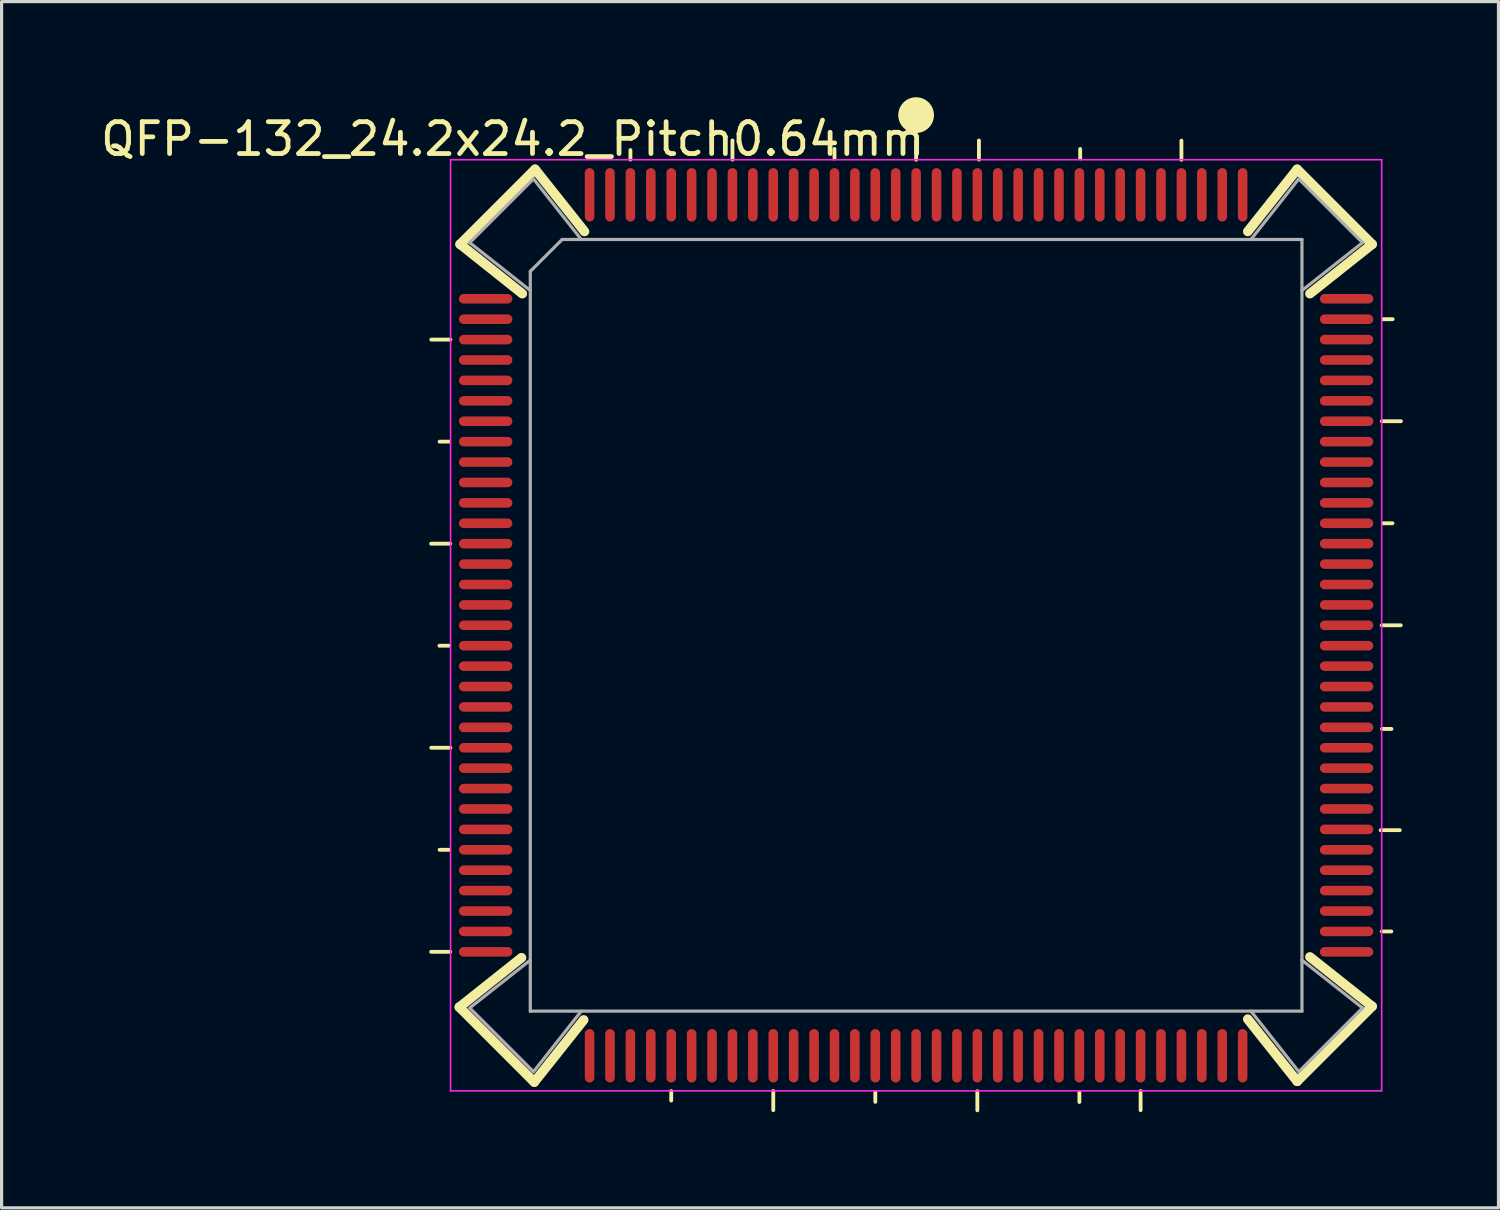
<source format=kicad_pcb>
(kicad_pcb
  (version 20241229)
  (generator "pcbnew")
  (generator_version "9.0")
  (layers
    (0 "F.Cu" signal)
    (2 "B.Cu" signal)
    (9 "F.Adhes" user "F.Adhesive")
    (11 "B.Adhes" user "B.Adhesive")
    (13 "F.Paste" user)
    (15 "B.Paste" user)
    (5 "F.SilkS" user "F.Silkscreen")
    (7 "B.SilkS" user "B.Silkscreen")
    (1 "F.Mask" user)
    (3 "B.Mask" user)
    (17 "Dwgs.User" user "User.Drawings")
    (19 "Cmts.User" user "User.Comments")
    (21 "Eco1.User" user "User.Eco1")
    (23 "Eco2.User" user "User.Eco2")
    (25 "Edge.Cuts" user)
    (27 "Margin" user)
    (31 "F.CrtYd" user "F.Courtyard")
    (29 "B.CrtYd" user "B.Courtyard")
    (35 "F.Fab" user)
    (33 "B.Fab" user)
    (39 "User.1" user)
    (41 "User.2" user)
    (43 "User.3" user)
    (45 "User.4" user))
  (footprint "QFP-132_24.2x24.2_Pitch0.64mm"
    (layer "F.Cu")
    (at 25.68 16.56)
    (property "Reference" "QFP-132_24.2x24.2_Pitch0.64mm" (at -12.65 -15.25 0) (layer "F.SilkS") (effects (font (size 1 1) (thickness 0.15))))
    (attr smd)
    (fp_line (start -14.65 0.64) (end -14.95 0.64) (stroke (width 0.12) (type solid)) (layer "F.SilkS"))
    (fp_line (start -14.645 -5.76) (end -14.945 -5.76) (stroke (width 0.12) (type solid)) (layer "F.SilkS"))
    (fp_line (start -14.645 7.04) (end -14.945 7.04) (stroke (width 0.12) (type solid)) (layer "F.SilkS"))
    (fp_line (start -14.61 -2.56) (end -15.21 -2.56) (stroke (width 0.12) (type solid)) (layer "F.SilkS"))
    (fp_line (start -14.61 10.24) (end -15.21 10.24) (stroke (width 0.12) (type solid)) (layer "F.SilkS"))
    (fp_line (start -14.605 -8.96) (end -15.205 -8.96) (stroke (width 0.12) (type solid)) (layer "F.SilkS"))
    (fp_line (start -14.605 3.84) (end -15.205 3.84) (stroke (width 0.12) (type solid)) (layer "F.SilkS"))
    (fp_line (start -14.3 -11.95) (end -11.95 -14.3) (stroke (width 0.3) (type solid)) (layer "F.SilkS"))
    (fp_line (start -12.375 10.425) (end -14.325 11.975) (stroke (width 0.3) (type solid)) (layer "F.SilkS"))
    (fp_line (start -12.35 -10.4) (end -14.3 -11.95) (stroke (width 0.3) (type solid)) (layer "F.SilkS"))
    (fp_line (start -11.975 14.325) (end -14.325 11.975) (stroke (width 0.3) (type solid)) (layer "F.SilkS"))
    (fp_line (start -10.425 12.375) (end -11.975 14.325) (stroke (width 0.3) (type solid)) (layer "F.SilkS"))
    (fp_line (start -10.4 -12.35) (end -11.95 -14.3) (stroke (width 0.3) (type solid)) (layer "F.SilkS"))
    (fp_line (start -8.96 -14.605) (end -8.96 -14.905) (stroke (width 0.12) (type solid)) (layer "F.SilkS"))
    (fp_line (start -7.68 14.605) (end -7.68 14.905) (stroke (width 0.12) (type solid)) (layer "F.SilkS"))
    (fp_line (start -5.76 -14.605) (end -5.76 -15.205) (stroke (width 0.12) (type solid)) (layer "F.SilkS"))
    (fp_line (start -4.48 14.605) (end -4.48 15.205) (stroke (width 0.12) (type solid)) (layer "F.SilkS"))
    (fp_line (start -2.56 -14.64) (end -2.56 -14.94) (stroke (width 0.12) (type solid)) (layer "F.SilkS"))
    (fp_line (start -1.28 14.645) (end -1.28 14.945) (stroke (width 0.12) (type solid)) (layer "F.SilkS"))
    (fp_line (start 0 -14.6) (end 0 -15.2) (stroke (width 0.12) (type solid)) (layer "F.SilkS"))
    (fp_line (start 1.92 14.61) (end 1.92 15.21) (stroke (width 0.12) (type solid)) (layer "F.SilkS"))
    (fp_line (start 1.97 -14.604) (end 1.97 -15.204) (stroke (width 0.12) (type solid)) (layer "F.SilkS"))
    (fp_line (start 5.12 14.65) (end 5.12 14.95) (stroke (width 0.12) (type solid)) (layer "F.SilkS"))
    (fp_line (start 5.145 -14.639) (end 5.145 -14.939) (stroke (width 0.12) (type solid)) (layer "F.SilkS"))
    (fp_line (start 7.04 14.605) (end 7.04 15.205) (stroke (width 0.12) (type solid)) (layer "F.SilkS"))
    (fp_line (start 8.32 -14.599) (end 8.32 -15.199) (stroke (width 0.12) (type solid)) (layer "F.SilkS"))
    (fp_line (start 10.4 -12.35) (end 11.95 -14.3) (stroke (width 0.3) (type solid)) (layer "F.SilkS"))
    (fp_line (start 10.4 12.35) (end 11.95 14.3) (stroke (width 0.3) (type solid)) (layer "F.SilkS"))
    (fp_line (start 11.95 -14.3) (end 14.3 -11.95) (stroke (width 0.3) (type solid)) (layer "F.SilkS"))
    (fp_line (start 12.35 -10.4) (end 14.3 -11.95) (stroke (width 0.3) (type solid)) (layer "F.SilkS"))
    (fp_line (start 12.35 10.4) (end 14.3 11.95) (stroke (width 0.3) (type solid)) (layer "F.SilkS"))
    (fp_line (start 14.3 11.95) (end 11.95 14.3) (stroke (width 0.3) (type solid)) (layer "F.SilkS"))
    (fp_line (start 14.568 6.425) (end 15.168 6.425) (stroke (width 0.12) (type solid)) (layer "F.SilkS"))
    (fp_line (start 14.599 0) (end 15.199 0) (stroke (width 0.12) (type solid)) (layer "F.SilkS"))
    (fp_line (start 14.603 9.6) (end 14.903 9.6) (stroke (width 0.12) (type solid)) (layer "F.SilkS"))
    (fp_line (start 14.604 -6.4) (end 15.204 -6.4) (stroke (width 0.12) (type solid)) (layer "F.SilkS"))
    (fp_line (start 14.608 3.25) (end 14.908 3.25) (stroke (width 0.12) (type solid)) (layer "F.SilkS"))
    (fp_line (start 14.639 -3.2) (end 14.939 -3.2) (stroke (width 0.12) (type solid)) (layer "F.SilkS"))
    (fp_line (start 14.644 -9.6) (end 14.944 -9.6) (stroke (width 0.12) (type solid)) (layer "F.SilkS"))
    (fp_circle (center 0 -16) (end 0.5 -16) (stroke (width 0.12) (type solid)) (fill yes) (layer "F.SilkS"))
    (fp_line (start -14.6 -14.6) (end 14.6 -14.6) (stroke (width 0.05) (type solid)) (layer "F.CrtYd"))
    (fp_line (start -14.6 14.6) (end -14.6 -14.6) (stroke (width 0.05) (type solid)) (layer "F.CrtYd"))
    (fp_line (start 14.6 -14.6) (end 14.6 14.6) (stroke (width 0.05) (type solid)) (layer "F.CrtYd"))
    (fp_line (start 14.6 14.6) (end -14.6 14.6) (stroke (width 0.05) (type solid)) (layer "F.CrtYd"))
    (fp_line (start -14 -12) (end -12.1 -10.5) (stroke (width 0.1) (type solid)) (layer "F.Fab"))
    (fp_line (start -14 -12) (end -12 -14) (stroke (width 0.1) (type solid)) (layer "F.Fab"))
    (fp_line (start -14 12) (end -12.1 10.5) (stroke (width 0.1) (type solid)) (layer "F.Fab"))
    (fp_line (start -12.1 -11.1) (end -12.1 12.1) (stroke (width 0.1) (type solid)) (layer "F.Fab"))
    (fp_line (start -12.1 12.1) (end 12.1 12.1) (stroke (width 0.1) (type solid)) (layer "F.Fab"))
    (fp_line (start -12 -14) (end -10.5 -12.1) (stroke (width 0.1) (type solid)) (layer "F.Fab"))
    (fp_line (start -12 14) (end -14 12) (stroke (width 0.1) (type solid)) (layer "F.Fab"))
    (fp_line (start -12 14) (end -10.5 12.1) (stroke (width 0.1) (type solid)) (layer "F.Fab"))
    (fp_line (start -11.1 -12.1) (end -12.1 -11.1) (stroke (width 0.1) (type solid)) (layer "F.Fab"))
    (fp_line (start 12 -14) (end 10.5 -12.1) (stroke (width 0.1) (type solid)) (layer "F.Fab"))
    (fp_line (start 12 -14) (end 14 -12) (stroke (width 0.1) (type solid)) (layer "F.Fab"))
    (fp_line (start 12 14) (end 10.5 12.1) (stroke (width 0.1) (type solid)) (layer "F.Fab"))
    (fp_line (start 12.1 -12.1) (end -11.1 -12.1) (stroke (width 0.1) (type solid)) (layer "F.Fab"))
    (fp_line (start 12.1 12.1) (end 12.1 -12.1) (stroke (width 0.1) (type solid)) (layer "F.Fab"))
    (fp_line (start 14 -12) (end 12.1 -10.5) (stroke (width 0.1) (type solid)) (layer "F.Fab"))
    (fp_line (start 14 12) (end 12 14) (stroke (width 0.1) (type solid)) (layer "F.Fab"))
    (fp_line (start 14 12) (end 12.1 10.5) (stroke (width 0.1) (type solid)) (layer "F.Fab"))
    (pad "1" smd oval (at 0 -13.5) (size 0.3 1.675) (layers "F.Cu" "F.Mask" "F.Paste"))
    (pad "2" smd oval (at -0.64 -13.5) (size 0.3 1.675) (layers "F.Cu" "F.Mask" "F.Paste"))
    (pad "3" smd oval (at -1.28 -13.5) (size 0.3 1.675) (layers "F.Cu" "F.Mask" "F.Paste"))
    (pad "4" smd oval (at -1.92 -13.5) (size 0.3 1.675) (layers "F.Cu" "F.Mask" "F.Paste"))
    (pad "5" smd oval (at -2.56 -13.5) (size 0.3 1.675) (layers "F.Cu" "F.Mask" "F.Paste"))
    (pad "6" smd oval (at -3.2 -13.5) (size 0.3 1.675) (layers "F.Cu" "F.Mask" "F.Paste"))
    (pad "7" smd oval (at -3.84 -13.5) (size 0.3 1.675) (layers "F.Cu" "F.Mask" "F.Paste"))
    (pad "8" smd oval (at -4.48 -13.5) (size 0.3 1.675) (layers "F.Cu" "F.Mask" "F.Paste"))
    (pad "9" smd oval (at -5.12 -13.5) (size 0.3 1.675) (layers "F.Cu" "F.Mask" "F.Paste"))
    (pad "10" smd oval (at -5.76 -13.5) (size 0.3 1.675) (layers "F.Cu" "F.Mask" "F.Paste"))
    (pad "11" smd oval (at -6.4 -13.5) (size 0.3 1.675) (layers "F.Cu" "F.Mask" "F.Paste"))
    (pad "12" smd oval (at -7.04 -13.5) (size 0.3 1.675) (layers "F.Cu" "F.Mask" "F.Paste"))
    (pad "13" smd oval (at -7.68 -13.5) (size 0.3 1.675) (layers "F.Cu" "F.Mask" "F.Paste"))
    (pad "14" smd oval (at -8.32 -13.5) (size 0.3 1.675) (layers "F.Cu" "F.Mask" "F.Paste"))
    (pad "15" smd oval (at -8.96 -13.5) (size 0.3 1.675) (layers "F.Cu" "F.Mask" "F.Paste"))
    (pad "16" smd oval (at -9.6 -13.5) (size 0.3 1.675) (layers "F.Cu" "F.Mask" "F.Paste"))
    (pad "17" smd oval (at -10.24 -13.5) (size 0.3 1.675) (layers "F.Cu" "F.Mask" "F.Paste"))
    (pad "18" smd oval (at -13.5 -10.24 90) (size 0.3 1.675) (layers "F.Cu" "F.Mask" "F.Paste"))
    (pad "19" smd oval (at -13.5 -9.6 90) (size 0.3 1.675) (layers "F.Cu" "F.Mask" "F.Paste"))
    (pad "20" smd oval (at -13.5 -8.96 90) (size 0.3 1.675) (layers "F.Cu" "F.Mask" "F.Paste"))
    (pad "21" smd oval (at -13.5 -8.32 90) (size 0.3 1.675) (layers "F.Cu" "F.Mask" "F.Paste"))
    (pad "22" smd oval (at -13.5 -7.68 90) (size 0.3 1.675) (layers "F.Cu" "F.Mask" "F.Paste"))
    (pad "23" smd oval (at -13.5 -7.04 90) (size 0.3 1.675) (layers "F.Cu" "F.Mask" "F.Paste"))
    (pad "24" smd oval (at -13.5 -6.4 90) (size 0.3 1.675) (layers "F.Cu" "F.Mask" "F.Paste"))
    (pad "25" smd oval (at -13.5 -5.76 90) (size 0.3 1.675) (layers "F.Cu" "F.Mask" "F.Paste"))
    (pad "26" smd oval (at -13.5 -5.12 90) (size 0.3 1.675) (layers "F.Cu" "F.Mask" "F.Paste"))
    (pad "27" smd oval (at -13.5 -4.48 90) (size 0.3 1.675) (layers "F.Cu" "F.Mask" "F.Paste"))
    (pad "28" smd oval (at -13.5 -3.84 90) (size 0.3 1.675) (layers "F.Cu" "F.Mask" "F.Paste"))
    (pad "29" smd oval (at -13.5 -3.2 90) (size 0.3 1.675) (layers "F.Cu" "F.Mask" "F.Paste"))
    (pad "30" smd oval (at -13.5 -2.56 90) (size 0.3 1.675) (layers "F.Cu" "F.Mask" "F.Paste"))
    (pad "31" smd oval (at -13.5 -1.92 90) (size 0.3 1.675) (layers "F.Cu" "F.Mask" "F.Paste"))
    (pad "32" smd oval (at -13.5 -1.28 90) (size 0.3 1.675) (layers "F.Cu" "F.Mask" "F.Paste"))
    (pad "33" smd oval (at -13.5 -0.64 90) (size 0.3 1.675) (layers "F.Cu" "F.Mask" "F.Paste"))
    (pad "34" smd oval (at -13.5 0 270) (size 0.3 1.675) (layers "F.Cu" "F.Mask" "F.Paste"))
    (pad "35" smd oval (at -13.5 0.64 270) (size 0.3 1.675) (layers "F.Cu" "F.Mask" "F.Paste"))
    (pad "36" smd oval (at -13.5 1.28 270) (size 0.3 1.675) (layers "F.Cu" "F.Mask" "F.Paste"))
    (pad "37" smd oval (at -13.5 1.92 270) (size 0.3 1.675) (layers "F.Cu" "F.Mask" "F.Paste"))
    (pad "38" smd oval (at -13.5 2.56 270) (size 0.3 1.675) (layers "F.Cu" "F.Mask" "F.Paste"))
    (pad "39" smd oval (at -13.5 3.2 270) (size 0.3 1.675) (layers "F.Cu" "F.Mask" "F.Paste"))
    (pad "40" smd oval (at -13.5 3.84 270) (size 0.3 1.675) (layers "F.Cu" "F.Mask" "F.Paste"))
    (pad "41" smd oval (at -13.5 4.48 270) (size 0.3 1.675) (layers "F.Cu" "F.Mask" "F.Paste"))
    (pad "42" smd oval (at -13.5 5.12 270) (size 0.3 1.675) (layers "F.Cu" "F.Mask" "F.Paste"))
    (pad "43" smd oval (at -13.5 5.76 270) (size 0.3 1.675) (layers "F.Cu" "F.Mask" "F.Paste"))
    (pad "44" smd oval (at -13.5 6.4 270) (size 0.3 1.675) (layers "F.Cu" "F.Mask" "F.Paste"))
    (pad "45" smd oval (at -13.5 7.04 270) (size 0.3 1.675) (layers "F.Cu" "F.Mask" "F.Paste"))
    (pad "46" smd oval (at -13.5 7.68 270) (size 0.3 1.675) (layers "F.Cu" "F.Mask" "F.Paste"))
    (pad "47" smd oval (at -13.5 8.32 270) (size 0.3 1.675) (layers "F.Cu" "F.Mask" "F.Paste"))
    (pad "48" smd oval (at -13.5 8.96 270) (size 0.3 1.675) (layers "F.Cu" "F.Mask" "F.Paste"))
    (pad "49" smd oval (at -13.5 9.6 270) (size 0.3 1.675) (layers "F.Cu" "F.Mask" "F.Paste"))
    (pad "50" smd oval (at -13.5 10.24 270) (size 0.3 1.675) (layers "F.Cu" "F.Mask" "F.Paste"))
    (pad "51" smd oval (at -10.24 13.5) (size 0.3 1.675) (layers "F.Cu" "F.Mask" "F.Paste"))
    (pad "52" smd oval (at -9.6 13.5) (size 0.3 1.675) (layers "F.Cu" "F.Mask" "F.Paste"))
    (pad "53" smd oval (at -8.96 13.5) (size 0.3 1.675) (layers "F.Cu" "F.Mask" "F.Paste"))
    (pad "54" smd oval (at -8.32 13.5) (size 0.3 1.675) (layers "F.Cu" "F.Mask" "F.Paste"))
    (pad "55" smd oval (at -7.68 13.5) (size 0.3 1.675) (layers "F.Cu" "F.Mask" "F.Paste"))
    (pad "56" smd oval (at -7.04 13.5) (size 0.3 1.675) (layers "F.Cu" "F.Mask" "F.Paste"))
    (pad "57" smd oval (at -6.4 13.5) (size 0.3 1.675) (layers "F.Cu" "F.Mask" "F.Paste"))
    (pad "58" smd oval (at -5.76 13.5) (size 0.3 1.675) (layers "F.Cu" "F.Mask" "F.Paste"))
    (pad "59" smd oval (at -5.12 13.5) (size 0.3 1.675) (layers "F.Cu" "F.Mask" "F.Paste"))
    (pad "60" smd oval (at -4.48 13.5) (size 0.3 1.675) (layers "F.Cu" "F.Mask" "F.Paste"))
    (pad "61" smd oval (at -3.84 13.5) (size 0.3 1.675) (layers "F.Cu" "F.Mask" "F.Paste"))
    (pad "62" smd oval (at -3.2 13.5) (size 0.3 1.675) (layers "F.Cu" "F.Mask" "F.Paste"))
    (pad "63" smd oval (at -2.56 13.5) (size 0.3 1.675) (layers "F.Cu" "F.Mask" "F.Paste"))
    (pad "64" smd oval (at -1.92 13.5) (size 0.3 1.675) (layers "F.Cu" "F.Mask" "F.Paste"))
    (pad "65" smd oval (at -1.28 13.5) (size 0.3 1.675) (layers "F.Cu" "F.Mask" "F.Paste"))
    (pad "66" smd oval (at -0.64 13.5) (size 0.3 1.675) (layers "F.Cu" "F.Mask" "F.Paste"))
    (pad "67" smd oval (at 0 13.5) (size 0.3 1.675) (layers "F.Cu" "F.Mask" "F.Paste"))
    (pad "68" smd oval (at 0.64 13.5) (size 0.3 1.675) (layers "F.Cu" "F.Mask" "F.Paste"))
    (pad "69" smd oval (at 1.28 13.5) (size 0.3 1.675) (layers "F.Cu" "F.Mask" "F.Paste"))
    (pad "70" smd oval (at 1.92 13.5) (size 0.3 1.675) (layers "F.Cu" "F.Mask" "F.Paste"))
    (pad "71" smd oval (at 2.56 13.5) (size 0.3 1.675) (layers "F.Cu" "F.Mask" "F.Paste"))
    (pad "72" smd oval (at 3.2 13.5) (size 0.3 1.675) (layers "F.Cu" "F.Mask" "F.Paste"))
    (pad "73" smd oval (at 3.84 13.5) (size 0.3 1.675) (layers "F.Cu" "F.Mask" "F.Paste"))
    (pad "74" smd oval (at 4.48 13.5) (size 0.3 1.675) (layers "F.Cu" "F.Mask" "F.Paste"))
    (pad "75" smd oval (at 5.12 13.5) (size 0.3 1.675) (layers "F.Cu" "F.Mask" "F.Paste"))
    (pad "76" smd oval (at 5.76 13.5) (size 0.3 1.675) (layers "F.Cu" "F.Mask" "F.Paste"))
    (pad "77" smd oval (at 6.4 13.5) (size 0.3 1.675) (layers "F.Cu" "F.Mask" "F.Paste"))
    (pad "78" smd oval (at 7.04 13.5) (size 0.3 1.675) (layers "F.Cu" "F.Mask" "F.Paste"))
    (pad "79" smd oval (at 7.68 13.5) (size 0.3 1.675) (layers "F.Cu" "F.Mask" "F.Paste"))
    (pad "80" smd oval (at 8.32 13.5) (size 0.3 1.675) (layers "F.Cu" "F.Mask" "F.Paste"))
    (pad "81" smd oval (at 8.96 13.5) (size 0.3 1.675) (layers "F.Cu" "F.Mask" "F.Paste"))
    (pad "82" smd oval (at 9.6 13.5) (size 0.3 1.675) (layers "F.Cu" "F.Mask" "F.Paste"))
    (pad "83" smd oval (at 10.24 13.5) (size 0.3 1.675) (layers "F.Cu" "F.Mask" "F.Paste"))
    (pad "84" smd oval (at 13.5 10.24 90) (size 0.3 1.675) (layers "F.Cu" "F.Mask" "F.Paste"))
    (pad "85" smd oval (at 13.5 9.6 90) (size 0.3 1.675) (layers "F.Cu" "F.Mask" "F.Paste"))
    (pad "86" smd oval (at 13.5 8.96 90) (size 0.3 1.675) (layers "F.Cu" "F.Mask" "F.Paste"))
    (pad "87" smd oval (at 13.5 8.32 90) (size 0.3 1.675) (layers "F.Cu" "F.Mask" "F.Paste"))
    (pad "88" smd oval (at 13.5 7.68 90) (size 0.3 1.675) (layers "F.Cu" "F.Mask" "F.Paste"))
    (pad "89" smd oval (at 13.5 7.04 90) (size 0.3 1.675) (layers "F.Cu" "F.Mask" "F.Paste"))
    (pad "90" smd oval (at 13.5 6.4 90) (size 0.3 1.675) (layers "F.Cu" "F.Mask" "F.Paste"))
    (pad "91" smd oval (at 13.5 5.76 90) (size 0.3 1.675) (layers "F.Cu" "F.Mask" "F.Paste"))
    (pad "92" smd oval (at 13.5 5.12 90) (size 0.3 1.675) (layers "F.Cu" "F.Mask" "F.Paste"))
    (pad "93" smd oval (at 13.5 4.48 90) (size 0.3 1.675) (layers "F.Cu" "F.Mask" "F.Paste"))
    (pad "94" smd oval (at 13.5 3.84 90) (size 0.3 1.675) (layers "F.Cu" "F.Mask" "F.Paste"))
    (pad "95" smd oval (at 13.5 3.2 90) (size 0.3 1.675) (layers "F.Cu" "F.Mask" "F.Paste"))
    (pad "96" smd oval (at 13.5 2.56 90) (size 0.3 1.675) (layers "F.Cu" "F.Mask" "F.Paste"))
    (pad "97" smd oval (at 13.5 1.92 90) (size 0.3 1.675) (layers "F.Cu" "F.Mask" "F.Paste"))
    (pad "98" smd oval (at 13.5 1.28 90) (size 0.3 1.675) (layers "F.Cu" "F.Mask" "F.Paste"))
    (pad "99" smd oval (at 13.5 0.64 90) (size 0.3 1.675) (layers "F.Cu" "F.Mask" "F.Paste"))
    (pad "100" smd oval (at 13.5 0 270) (size 0.3 1.675) (layers "F.Cu" "F.Mask" "F.Paste"))
    (pad "101" smd oval (at 13.5 -0.64 270) (size 0.3 1.675) (layers "F.Cu" "F.Mask" "F.Paste"))
    (pad "102" smd oval (at 13.5 -1.28 270) (size 0.3 1.675) (layers "F.Cu" "F.Mask" "F.Paste"))
    (pad "103" smd oval (at 13.5 -1.92 270) (size 0.3 1.675) (layers "F.Cu" "F.Mask" "F.Paste"))
    (pad "104" smd oval (at 13.5 -2.56 270) (size 0.3 1.675) (layers "F.Cu" "F.Mask" "F.Paste"))
    (pad "105" smd oval (at 13.5 -3.2 270) (size 0.3 1.675) (layers "F.Cu" "F.Mask" "F.Paste"))
    (pad "106" smd oval (at 13.5 -3.84 270) (size 0.3 1.675) (layers "F.Cu" "F.Mask" "F.Paste"))
    (pad "107" smd oval (at 13.5 -4.48 270) (size 0.3 1.675) (layers "F.Cu" "F.Mask" "F.Paste"))
    (pad "108" smd oval (at 13.5 -5.12 270) (size 0.3 1.675) (layers "F.Cu" "F.Mask" "F.Paste"))
    (pad "109" smd oval (at 13.5 -5.76 270) (size 0.3 1.675) (layers "F.Cu" "F.Mask" "F.Paste"))
    (pad "110" smd oval (at 13.5 -6.4 270) (size 0.3 1.675) (layers "F.Cu" "F.Mask" "F.Paste"))
    (pad "111" smd oval (at 13.5 -7.04 270) (size 0.3 1.675) (layers "F.Cu" "F.Mask" "F.Paste"))
    (pad "112" smd oval (at 13.5 -7.68 270) (size 0.3 1.675) (layers "F.Cu" "F.Mask" "F.Paste"))
    (pad "113" smd oval (at 13.5 -8.32 270) (size 0.3 1.675) (layers "F.Cu" "F.Mask" "F.Paste"))
    (pad "114" smd oval (at 13.5 -8.96 270) (size 0.3 1.675) (layers "F.Cu" "F.Mask" "F.Paste"))
    (pad "115" smd oval (at 13.5 -9.6 270) (size 0.3 1.675) (layers "F.Cu" "F.Mask" "F.Paste"))
    (pad "116" smd oval (at 13.5 -10.24 270) (size 0.3 1.675) (layers "F.Cu" "F.Mask" "F.Paste"))
    (pad "117" smd oval (at 10.24 -13.5) (size 0.3 1.675) (layers "F.Cu" "F.Mask" "F.Paste"))
    (pad "118" smd oval (at 9.6 -13.5) (size 0.3 1.675) (layers "F.Cu" "F.Mask" "F.Paste"))
    (pad "119" smd oval (at 8.96 -13.5) (size 0.3 1.675) (layers "F.Cu" "F.Mask" "F.Paste"))
    (pad "120" smd oval (at 8.32 -13.5) (size 0.3 1.675) (layers "F.Cu" "F.Mask" "F.Paste"))
    (pad "121" smd oval (at 7.68 -13.5) (size 0.3 1.675) (layers "F.Cu" "F.Mask" "F.Paste"))
    (pad "122" smd oval (at 7.04 -13.5) (size 0.3 1.675) (layers "F.Cu" "F.Mask" "F.Paste"))
    (pad "123" smd oval (at 6.4 -13.5) (size 0.3 1.675) (layers "F.Cu" "F.Mask" "F.Paste"))
    (pad "124" smd oval (at 5.76 -13.5) (size 0.3 1.675) (layers "F.Cu" "F.Mask" "F.Paste"))
    (pad "125" smd oval (at 5.12 -13.5) (size 0.3 1.675) (layers "F.Cu" "F.Mask" "F.Paste"))
    (pad "126" smd oval (at 4.48 -13.5) (size 0.3 1.675) (layers "F.Cu" "F.Mask" "F.Paste"))
    (pad "127" smd oval (at 3.84 -13.5) (size 0.3 1.675) (layers "F.Cu" "F.Mask" "F.Paste"))
    (pad "128" smd oval (at 3.2 -13.5) (size 0.3 1.675) (layers "F.Cu" "F.Mask" "F.Paste"))
    (pad "129" smd oval (at 2.56 -13.5) (size 0.3 1.675) (layers "F.Cu" "F.Mask" "F.Paste"))
    (pad "130" smd oval (at 1.92 -13.5) (size 0.3 1.675) (layers "F.Cu" "F.Mask" "F.Paste"))
    (pad "131" smd oval (at 1.28 -13.5) (size 0.3 1.675) (layers "F.Cu" "F.Mask" "F.Paste"))
    (pad "132" smd oval (at 0.64 -13.5) (size 0.3 1.675) (layers "F.Cu" "F.Mask" "F.Paste")))
  (gr_rect
    (start -3 -3)
    (end 43.943 34.83)
    (stroke (width 0.1) (type default))
    (fill no)
    (layer "Edge.Cuts")))
</source>
